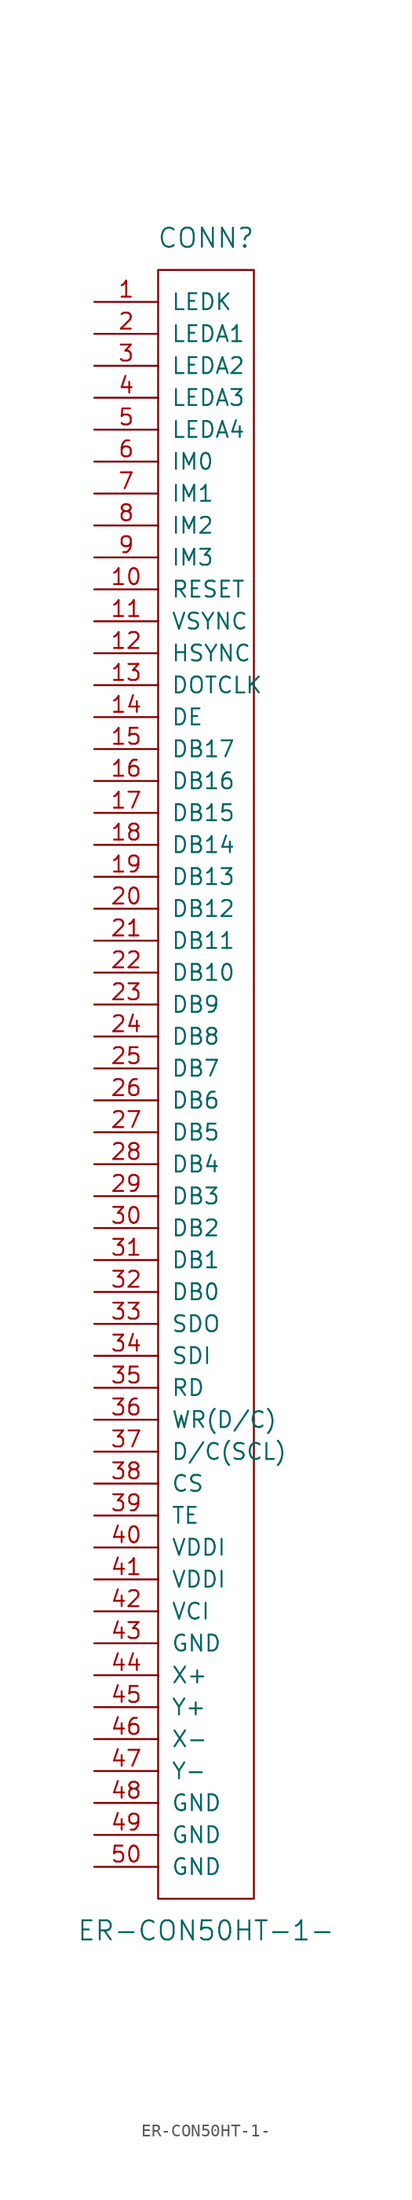
<source format=kicad_sym>
(kicad_symbol_lib
  (version 20231120)
  (generator "kicad_symbol_editor")
  (generator_version "8.0")
  (symbol "ER-CON50HT-1-"
    (pin_names
      (offset 1.016))
    (property "Reference" "CONN"
      (at 0 49.53 0)
      (effects (font (size 1.524 1.524))))
    (property "Value" "ER-CON50HT-1-"
      (at 0 -85.09 0)
      (effects (font (size 1.524 1.524))))
    (symbol "ER-CON50HT-1-_0_1"
      (rectangle (start -3.81 46.99) (end 3.81 -82.55) (stroke (width 0) (type solid)) (fill (type none))))
    (symbol "ER-CON50HT-1-_1_1"
      (pin power_in line (at -8.89 44.45 0) (length 5.08) (name "LEDK" (effects (font (size 1.27 1.27)))) (number "1" (effects (font (size 1.27 1.27)))))
      (pin input line (at -8.89 21.59 0) (length 5.08) (name "RESET" (effects (font (size 1.27 1.27)))) (number "10" (effects (font (size 1.27 1.27)))))
      (pin input line (at -8.89 19.05 0) (length 5.08) (name "VSYNC" (effects (font (size 1.27 1.27)))) (number "11" (effects (font (size 1.27 1.27)))))
      (pin input line (at -8.89 16.51 0) (length 5.08) (name "HSYNC" (effects (font (size 1.27 1.27)))) (number "12" (effects (font (size 1.27 1.27)))))
      (pin input line (at -8.89 13.97 0) (length 5.08) (name "DOTCLK" (effects (font (size 1.27 1.27)))) (number "13" (effects (font (size 1.27 1.27)))))
      (pin input line (at -8.89 11.43 0) (length 5.08) (name "DE" (effects (font (size 1.27 1.27)))) (number "14" (effects (font (size 1.27 1.27)))))
      (pin input line (at -8.89 8.89 0) (length 5.08) (name "DB17" (effects (font (size 1.27 1.27)))) (number "15" (effects (font (size 1.27 1.27)))))
      (pin input line (at -8.89 6.35 0) (length 5.08) (name "DB16" (effects (font (size 1.27 1.27)))) (number "16" (effects (font (size 1.27 1.27)))))
      (pin input line (at -8.89 3.81 0) (length 5.08) (name "DB15" (effects (font (size 1.27 1.27)))) (number "17" (effects (font (size 1.27 1.27)))))
      (pin input line (at -8.89 1.27 0) (length 5.08) (name "DB14" (effects (font (size 1.27 1.27)))) (number "18" (effects (font (size 1.27 1.27)))))
      (pin input line (at -8.89 -1.27 0) (length 5.08) (name "DB13" (effects (font (size 1.27 1.27)))) (number "19" (effects (font (size 1.27 1.27)))))
      (pin input line (at -8.89 41.91 0) (length 5.08) (name "LEDA1" (effects (font (size 1.27 1.27)))) (number "2" (effects (font (size 1.27 1.27)))))
      (pin input line (at -8.89 -3.81 0) (length 5.08) (name "DB12" (effects (font (size 1.27 1.27)))) (number "20" (effects (font (size 1.27 1.27)))))
      (pin input line (at -8.89 -6.35 0) (length 5.08) (name "DB11" (effects (font (size 1.27 1.27)))) (number "21" (effects (font (size 1.27 1.27)))))
      (pin input line (at -8.89 -8.89 0) (length 5.08) (name "DB10" (effects (font (size 1.27 1.27)))) (number "22" (effects (font (size 1.27 1.27)))))
      (pin input line (at -8.89 -11.43 0) (length 5.08) (name "DB9" (effects (font (size 1.27 1.27)))) (number "23" (effects (font (size 1.27 1.27)))))
      (pin input line (at -8.89 -13.97 0) (length 5.08) (name "DB8" (effects (font (size 1.27 1.27)))) (number "24" (effects (font (size 1.27 1.27)))))
      (pin input line (at -8.89 -16.51 0) (length 5.08) (name "DB7" (effects (font (size 1.27 1.27)))) (number "25" (effects (font (size 1.27 1.27)))))
      (pin input line (at -8.89 -19.05 0) (length 5.08) (name "DB6" (effects (font (size 1.27 1.27)))) (number "26" (effects (font (size 1.27 1.27)))))
      (pin input line (at -8.89 -21.59 0) (length 5.08) (name "DB5" (effects (font (size 1.27 1.27)))) (number "27" (effects (font (size 1.27 1.27)))))
      (pin input line (at -8.89 -24.13 0) (length 5.08) (name "DB4" (effects (font (size 1.27 1.27)))) (number "28" (effects (font (size 1.27 1.27)))))
      (pin input line (at -8.89 -26.67 0) (length 5.08) (name "DB3" (effects (font (size 1.27 1.27)))) (number "29" (effects (font (size 1.27 1.27)))))
      (pin input line (at -8.89 39.37 0) (length 5.08) (name "LEDA2" (effects (font (size 1.27 1.27)))) (number "3" (effects (font (size 1.27 1.27)))))
      (pin input line (at -8.89 -29.21 0) (length 5.08) (name "DB2" (effects (font (size 1.27 1.27)))) (number "30" (effects (font (size 1.27 1.27)))))
      (pin input line (at -8.89 -31.75 0) (length 5.08) (name "DB1" (effects (font (size 1.27 1.27)))) (number "31" (effects (font (size 1.27 1.27)))))
      (pin input line (at -8.89 -34.29 0) (length 5.08) (name "DB0" (effects (font (size 1.27 1.27)))) (number "32" (effects (font (size 1.27 1.27)))))
      (pin input line (at -8.89 -36.83 0) (length 5.08) (name "SDO" (effects (font (size 1.27 1.27)))) (number "33" (effects (font (size 1.27 1.27)))))
      (pin input line (at -8.89 -39.37 0) (length 5.08) (name "SDI" (effects (font (size 1.27 1.27)))) (number "34" (effects (font (size 1.27 1.27)))))
      (pin input line (at -8.89 -41.91 0) (length 5.08) (name "RD" (effects (font (size 1.27 1.27)))) (number "35" (effects (font (size 1.27 1.27)))))
      (pin input line (at -8.89 -44.45 0) (length 5.08) (name "WR(D/C)" (effects (font (size 1.27 1.27)))) (number "36" (effects (font (size 1.27 1.27)))))
      (pin input line (at -8.89 -46.99 0) (length 5.08) (name "D/C(SCL)" (effects (font (size 1.27 1.27)))) (number "37" (effects (font (size 1.27 1.27)))))
      (pin input line (at -8.89 -49.53 0) (length 5.08) (name "CS" (effects (font (size 1.27 1.27)))) (number "38" (effects (font (size 1.27 1.27)))))
      (pin input line (at -8.89 -52.07 0) (length 5.08) (name "TE" (effects (font (size 1.27 1.27)))) (number "39" (effects (font (size 1.27 1.27)))))
      (pin input line (at -8.89 36.83 0) (length 5.08) (name "LEDA3" (effects (font (size 1.27 1.27)))) (number "4" (effects (font (size 1.27 1.27)))))
      (pin input line (at -8.89 -54.61 0) (length 5.08) (name "VDDI" (effects (font (size 1.27 1.27)))) (number "40" (effects (font (size 1.27 1.27)))))
      (pin input line (at -8.89 -57.15 0) (length 5.08) (name "VDDI" (effects (font (size 1.27 1.27)))) (number "41" (effects (font (size 1.27 1.27)))))
      (pin input line (at -8.89 -59.69 0) (length 5.08) (name "VCI" (effects (font (size 1.27 1.27)))) (number "42" (effects (font (size 1.27 1.27)))))
      (pin input line (at -8.89 -62.23 0) (length 5.08) (name "GND" (effects (font (size 1.27 1.27)))) (number "43" (effects (font (size 1.27 1.27)))))
      (pin input line (at -8.89 -64.77 0) (length 5.08) (name "X+" (effects (font (size 1.27 1.27)))) (number "44" (effects (font (size 1.27 1.27)))))
      (pin input line (at -8.89 -67.31 0) (length 5.08) (name "Y+" (effects (font (size 1.27 1.27)))) (number "45" (effects (font (size 1.27 1.27)))))
      (pin input line (at -8.89 -69.85 0) (length 5.08) (name "X-" (effects (font (size 1.27 1.27)))) (number "46" (effects (font (size 1.27 1.27)))))
      (pin input line (at -8.89 -72.39 0) (length 5.08) (name "Y-" (effects (font (size 1.27 1.27)))) (number "47" (effects (font (size 1.27 1.27)))))
      (pin input line (at -8.89 -74.93 0) (length 5.08) (name "GND" (effects (font (size 1.27 1.27)))) (number "48" (effects (font (size 1.27 1.27)))))
      (pin input line (at -8.89 -77.47 0) (length 5.08) (name "GND" (effects (font (size 1.27 1.27)))) (number "49" (effects (font (size 1.27 1.27)))))
      (pin input line (at -8.89 34.29 0) (length 5.08) (name "LEDA4" (effects (font (size 1.27 1.27)))) (number "5" (effects (font (size 1.27 1.27)))))
      (pin input line (at -8.89 -80.01 0) (length 5.08) (name "GND" (effects (font (size 1.27 1.27)))) (number "50" (effects (font (size 1.27 1.27)))))
      (pin input line (at -8.89 31.75 0) (length 5.08) (name "IM0" (effects (font (size 1.27 1.27)))) (number "6" (effects (font (size 1.27 1.27)))))
      (pin input line (at -8.89 29.21 0) (length 5.08) (name "IM1" (effects (font (size 1.27 1.27)))) (number "7" (effects (font (size 1.27 1.27)))))
      (pin input line (at -8.89 26.67 0) (length 5.08) (name "IM2" (effects (font (size 1.27 1.27)))) (number "8" (effects (font (size 1.27 1.27)))))
      (pin input line (at -8.89 24.13 0) (length 5.08) (name "IM3" (effects (font (size 1.27 1.27)))) (number "9" (effects (font (size 1.27 1.27))))))))
</source>
